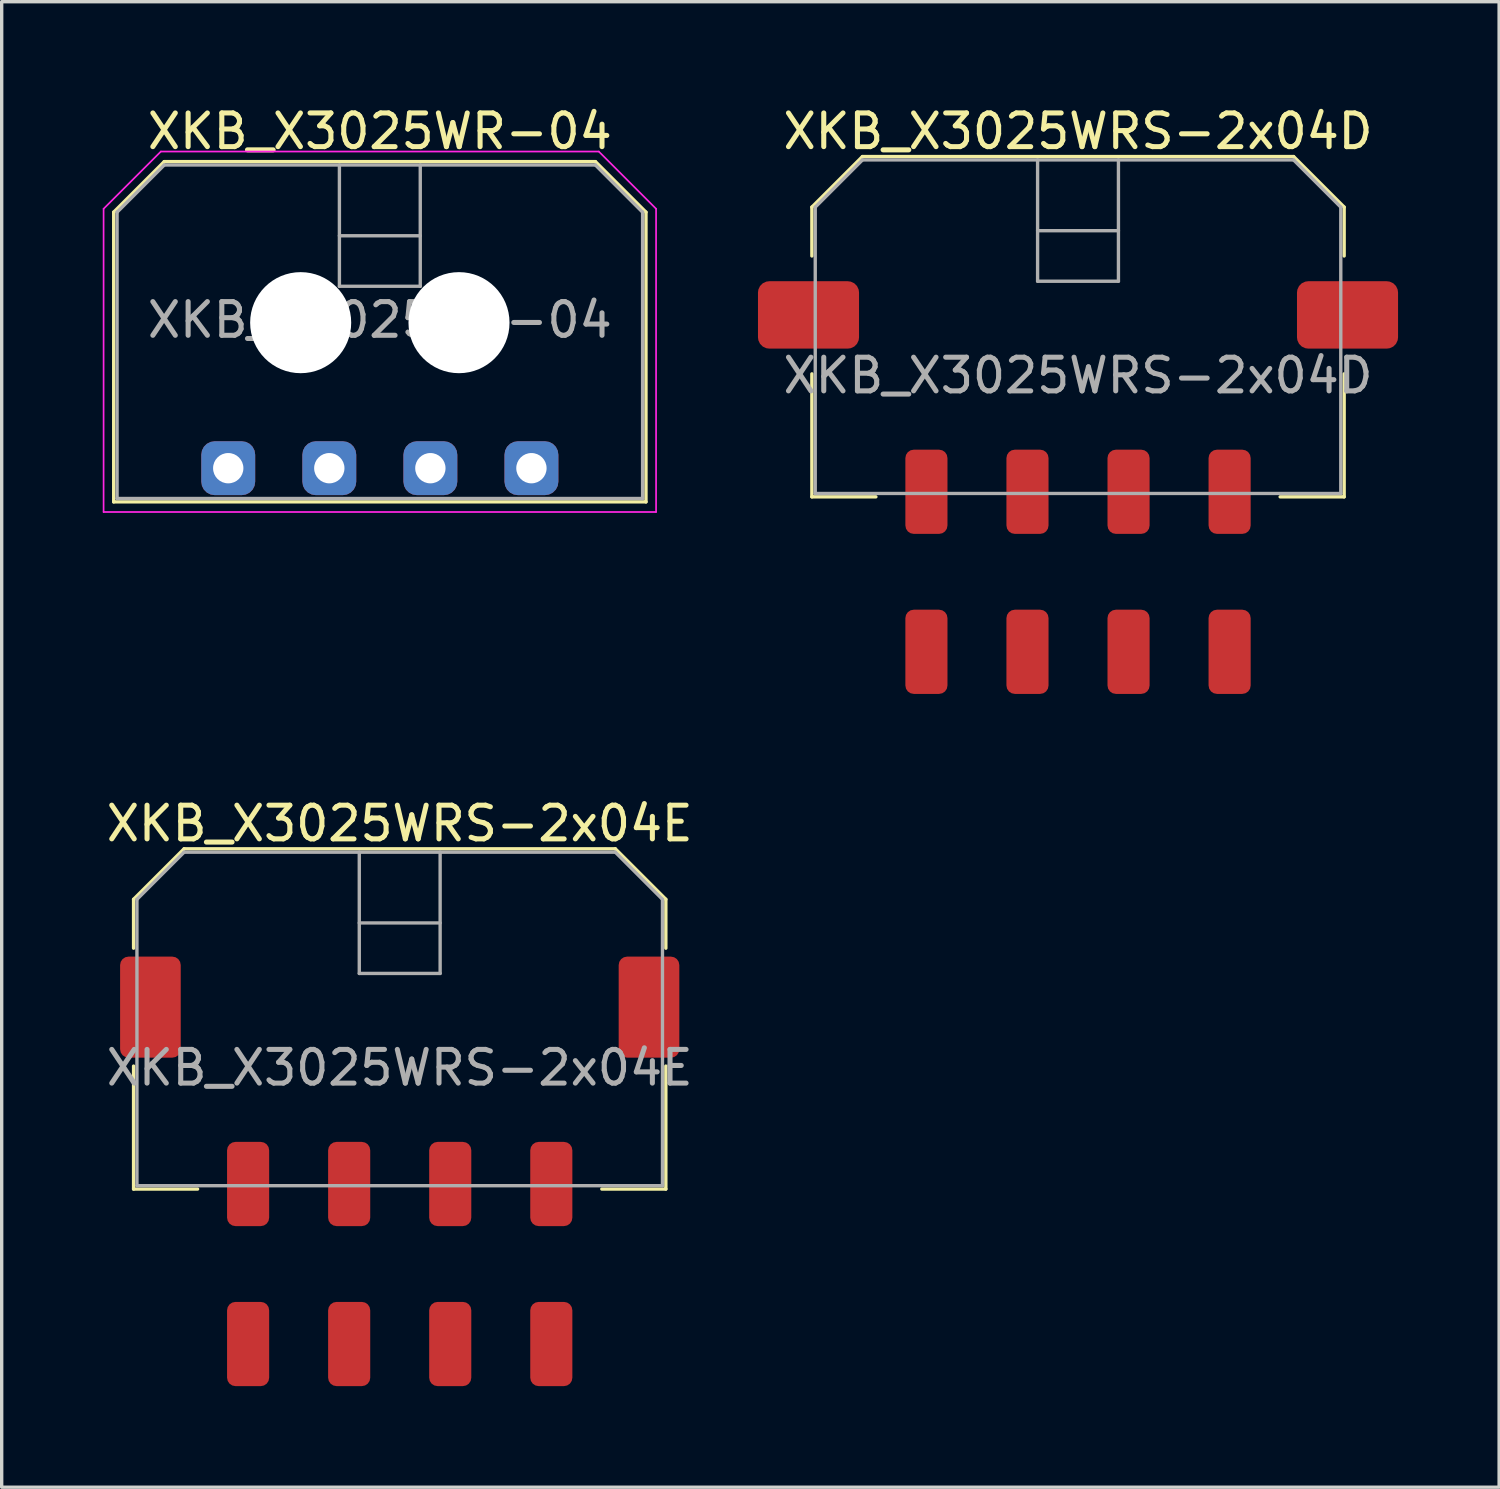
<source format=kicad_pcb>
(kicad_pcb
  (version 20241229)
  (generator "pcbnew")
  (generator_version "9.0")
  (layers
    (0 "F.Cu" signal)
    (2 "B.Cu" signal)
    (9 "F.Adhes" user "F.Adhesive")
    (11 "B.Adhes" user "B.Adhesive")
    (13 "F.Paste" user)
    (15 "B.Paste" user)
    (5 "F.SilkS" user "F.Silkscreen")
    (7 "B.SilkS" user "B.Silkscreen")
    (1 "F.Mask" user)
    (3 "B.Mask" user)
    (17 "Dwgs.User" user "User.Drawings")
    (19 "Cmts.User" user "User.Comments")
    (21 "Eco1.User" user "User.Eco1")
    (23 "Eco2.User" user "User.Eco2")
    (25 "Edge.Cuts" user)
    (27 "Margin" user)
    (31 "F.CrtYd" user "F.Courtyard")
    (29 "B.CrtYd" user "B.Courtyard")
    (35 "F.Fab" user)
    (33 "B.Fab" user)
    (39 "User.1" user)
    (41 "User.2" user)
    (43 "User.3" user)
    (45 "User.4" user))
  (footprint "XKB_X3025WR-04"
    (layer "F.Cu")
    (at 8.225 10.848)
    (property "Reference" "XKB_X3025WR-04" (at 0 -10 0) (layer "F.SilkS") (effects (font (size 1 1) (thickness 0.15))))
    (attr through_hole)
    (fp_line (start -7.9 -7.6) (end -6.4 -9.1) (stroke (width 0.1) (type default)) (layer "F.SilkS"))
    (fp_line (start -7.9 1) (end -7.9 -7.6) (stroke (width 0.1) (type default)) (layer "F.SilkS"))
    (fp_line (start -7.9 1) (end 7.9 1) (stroke (width 0.1) (type default)) (layer "F.SilkS"))
    (fp_line (start -6.4 -9.1) (end 6.4 -9.1) (stroke (width 0.1) (type default)) (layer "F.SilkS"))
    (fp_line (start 6.4 -9.1) (end 7.9 -7.6) (stroke (width 0.1) (type default)) (layer "F.SilkS"))
    (fp_line (start 7.9 -7.6) (end 7.9 1) (stroke (width 0.1) (type default)) (layer "F.SilkS"))
    (fp_line (start -8.2 -7.7) (end -6.5 -9.4) (stroke (width 0.05) (type default)) (layer "F.CrtYd"))
    (fp_line (start -8.2 1.3) (end -8.2 -7.7) (stroke (width 0.05) (type default)) (layer "F.CrtYd"))
    (fp_line (start -6.5 -9.4) (end 6.5 -9.4) (stroke (width 0.05) (type default)) (layer "F.CrtYd"))
    (fp_line (start 6.5 -9.4) (end 8.2 -7.7) (stroke (width 0.05) (type default)) (layer "F.CrtYd"))
    (fp_line (start 8.2 -7.7) (end 8.2 1.3) (stroke (width 0.05) (type default)) (layer "F.CrtYd"))
    (fp_line (start 8.2 1.3) (end -8.2 1.3) (stroke (width 0.05) (type default)) (layer "F.CrtYd"))
    (fp_line (start -7.8 -7.6) (end -7.8 0.9) (stroke (width 0.1) (type default)) (layer "F.Fab"))
    (fp_line (start -6.4 -9) (end -7.8 -7.6) (stroke (width 0.1) (type default)) (layer "F.Fab"))
    (fp_line (start -1.2 -9) (end -1.2 -5.4) (stroke (width 0.1) (type default)) (layer "F.Fab"))
    (fp_line (start -1.2 -5.4) (end 1.2 -5.4) (stroke (width 0.1) (type default)) (layer "F.Fab"))
    (fp_line (start 1.2 -6.9) (end -1.2 -6.9) (stroke (width 0.1) (type default)) (layer "F.Fab"))
    (fp_line (start 1.2 -5.4) (end 1.2 -9) (stroke (width 0.1) (type default)) (layer "F.Fab"))
    (fp_line (start 6.4 -9) (end -6.4 -9) (stroke (width 0.1) (type default)) (layer "F.Fab"))
    (fp_line (start 6.4 -9) (end 7.8 -7.6) (stroke (width 0.1) (type default)) (layer "F.Fab"))
    (fp_line (start 7.8 -7.6) (end 7.8 0.9) (stroke (width 0.1) (type default)) (layer "F.Fab"))
    (fp_line (start 7.8 0.9) (end -7.8 0.9) (stroke (width 0.1) (type default)) (layer "F.Fab"))
    (fp_text user "${REFERENCE}" (at 0 -4.4 180) (layer "F.Fab") (effects (font (size 1 1) (thickness 0.15))))
    (pad "" np_thru_hole circle (at -2.35 -4.32) (size 3 3) (drill 3) (layers "*.Cu" "*.Mask"))
    (pad "" np_thru_hole circle (at 2.35 -4.32) (size 3 3) (drill 3) (layers "*.Cu" "*.Mask"))
    (pad "1" thru_hole roundrect (at -4.5 0) (size 1.6 1.6) (drill 0.9) (layers "*.Cu" "*.Mask") (roundrect_rratio 0.25))
    (pad "2" thru_hole roundrect (at -1.5 0) (size 1.6 1.6) (drill 0.9) (layers "*.Cu" "*.Mask") (roundrect_rratio 0.25))
    (pad "3" thru_hole roundrect (at 1.5 0) (size 1.6 1.6) (drill 0.9) (layers "*.Cu" "*.Mask") (roundrect_rratio 0.25))
    (pad "4" thru_hole roundrect (at 4.5 0) (size 1.6 1.6) (drill 0.9) (layers "*.Cu" "*.Mask") (roundrect_rratio 0.25)))
  (footprint "XKB_X3025WRS-2x04D"
    (layer "F.Cu")
    (at 28.95 11.548)
    (property "Reference" "XKB_X3025WRS-2x04D" (at 0 -10.7 0) (layer "F.SilkS") (effects (font (size 1 1) (thickness 0.15))))
    (attr smd)
    (fp_line (start -7.9 -8.45) (end -7.9 -7) (stroke (width 0.1) (type default)) (layer "F.SilkS"))
    (fp_line (start -7.9 -8.45) (end -6.4 -9.95) (stroke (width 0.1) (type default)) (layer "F.SilkS"))
    (fp_line (start -7.9 -3.5) (end -7.9 0.15) (stroke (width 0.1) (type default)) (layer "F.SilkS"))
    (fp_line (start -7.9 0.15) (end -6 0.15) (stroke (width 0.1) (type default)) (layer "F.SilkS"))
    (fp_line (start -6.4 -9.95) (end 6.4 -9.95) (stroke (width 0.1) (type default)) (layer "F.SilkS"))
    (fp_line (start 6.4 -9.95) (end 7.9 -8.45) (stroke (width 0.1) (type default)) (layer "F.SilkS"))
    (fp_line (start 7.9 -8.45) (end 7.9 -7) (stroke (width 0.1) (type default)) (layer "F.SilkS"))
    (fp_line (start 7.9 -3.5) (end 7.9 0.15) (stroke (width 0.1) (type default)) (layer "F.SilkS"))
    (fp_line (start 7.9 0.15) (end 6 0.15) (stroke (width 0.1) (type default)) (layer "F.SilkS"))
    (fp_line (start -7.8 -8.45) (end -7.8 0.05) (stroke (width 0.1) (type default)) (layer "F.Fab"))
    (fp_line (start -6.4 -9.85) (end -7.8 -8.45) (stroke (width 0.1) (type default)) (layer "F.Fab"))
    (fp_line (start -1.2 -9.85) (end -1.2 -6.25) (stroke (width 0.1) (type default)) (layer "F.Fab"))
    (fp_line (start -1.2 -6.25) (end 1.2 -6.25) (stroke (width 0.1) (type default)) (layer "F.Fab"))
    (fp_line (start 1.2 -7.75) (end -1.2 -7.75) (stroke (width 0.1) (type default)) (layer "F.Fab"))
    (fp_line (start 1.2 -6.25) (end 1.2 -9.85) (stroke (width 0.1) (type default)) (layer "F.Fab"))
    (fp_line (start 6.4 -9.85) (end -6.4 -9.85) (stroke (width 0.1) (type default)) (layer "F.Fab"))
    (fp_line (start 6.4 -9.85) (end 7.8 -8.45) (stroke (width 0.1) (type default)) (layer "F.Fab"))
    (fp_line (start 7.8 -8.45) (end 7.8 0.05) (stroke (width 0.1) (type default)) (layer "F.Fab"))
    (fp_line (start 7.8 0.05) (end -7.8 0.05) (stroke (width 0.1) (type default)) (layer "F.Fab"))
    (fp_text user "${REFERENCE}" (at 0 -3.45 0) (layer "F.Fab") (effects (font (size 1 1) (thickness 0.15))))
    (pad "1" smd roundrect (at -4.5 0 180) (size 1.25 2.5) (layers "F.Cu" "F.Mask" "F.Paste") (roundrect_rratio 0.2))
    (pad "2" smd roundrect (at -1.5 0 180) (size 1.25 2.5) (layers "F.Cu" "F.Mask" "F.Paste") (roundrect_rratio 0.2))
    (pad "3" smd roundrect (at 1.5 0 180) (size 1.25 2.5) (layers "F.Cu" "F.Mask" "F.Paste") (roundrect_rratio 0.2))
    (pad "4" smd roundrect (at 4.5 0 180) (size 1.25 2.5) (layers "F.Cu" "F.Mask" "F.Paste") (roundrect_rratio 0.2))
    (pad "5" smd roundrect (at -4.5 4.75 180) (size 1.25 2.5) (layers "F.Cu" "F.Mask" "F.Paste") (roundrect_rratio 0.2))
    (pad "6" smd roundrect (at -1.5 4.75 180) (size 1.25 2.5) (layers "F.Cu" "F.Mask" "F.Paste") (roundrect_rratio 0.2))
    (pad "7" smd roundrect (at 1.5 4.75 180) (size 1.25 2.5) (layers "F.Cu" "F.Mask" "F.Paste") (roundrect_rratio 0.2))
    (pad "8" smd roundrect (at 4.5 4.75 180) (size 1.25 2.5) (layers "F.Cu" "F.Mask" "F.Paste") (roundrect_rratio 0.2))
    (pad "9" smd roundrect (at 8 -5.25 180) (size 3 2) (layers "F.Cu" "F.Mask" "F.Paste") (roundrect_rratio 0.167))
    (pad "10" smd roundrect (at -8 -5.25 180) (size 3 2) (layers "F.Cu" "F.Mask" "F.Paste") (roundrect_rratio 0.167)))
  (footprint "XKB_X3025WRS-2x04E"
    (layer "F.Cu")
    (at 8.815 32.096)
    (property "Reference" "XKB_X3025WRS-2x04E" (at 0 -10.7 0) (layer "F.SilkS") (effects (font (size 1 1) (thickness 0.15))))
    (attr smd)
    (fp_line (start -7.9 -8.45) (end -7.9 -7) (stroke (width 0.1) (type default)) (layer "F.SilkS"))
    (fp_line (start -7.9 -8.45) (end -6.4 -9.95) (stroke (width 0.1) (type default)) (layer "F.SilkS"))
    (fp_line (start -7.9 -3.5) (end -7.9 0.15) (stroke (width 0.1) (type default)) (layer "F.SilkS"))
    (fp_line (start -7.9 0.15) (end -6 0.15) (stroke (width 0.1) (type default)) (layer "F.SilkS"))
    (fp_line (start -6.4 -9.95) (end 6.4 -9.95) (stroke (width 0.1) (type default)) (layer "F.SilkS"))
    (fp_line (start 6.4 -9.95) (end 7.9 -8.45) (stroke (width 0.1) (type default)) (layer "F.SilkS"))
    (fp_line (start 7.9 -8.45) (end 7.9 -7) (stroke (width 0.1) (type default)) (layer "F.SilkS"))
    (fp_line (start 7.9 -3.5) (end 7.9 0.15) (stroke (width 0.1) (type default)) (layer "F.SilkS"))
    (fp_line (start 7.9 0.15) (end 6 0.15) (stroke (width 0.1) (type default)) (layer "F.SilkS"))
    (fp_line (start -7.8 -8.45) (end -7.8 0.05) (stroke (width 0.1) (type default)) (layer "F.Fab"))
    (fp_line (start -6.4 -9.85) (end -7.8 -8.45) (stroke (width 0.1) (type default)) (layer "F.Fab"))
    (fp_line (start -1.2 -9.85) (end -1.2 -6.25) (stroke (width 0.1) (type default)) (layer "F.Fab"))
    (fp_line (start -1.2 -6.25) (end 1.2 -6.25) (stroke (width 0.1) (type default)) (layer "F.Fab"))
    (fp_line (start 1.2 -7.75) (end -1.2 -7.75) (stroke (width 0.1) (type default)) (layer "F.Fab"))
    (fp_line (start 1.2 -6.25) (end 1.2 -9.85) (stroke (width 0.1) (type default)) (layer "F.Fab"))
    (fp_line (start 6.4 -9.85) (end -6.4 -9.85) (stroke (width 0.1) (type default)) (layer "F.Fab"))
    (fp_line (start 6.4 -9.85) (end 7.8 -8.45) (stroke (width 0.1) (type default)) (layer "F.Fab"))
    (fp_line (start 7.8 -8.45) (end 7.8 0.05) (stroke (width 0.1) (type default)) (layer "F.Fab"))
    (fp_line (start 7.8 0.05) (end -7.8 0.05) (stroke (width 0.1) (type default)) (layer "F.Fab"))
    (fp_text user "${REFERENCE}" (at 0 -3.45 0) (layer "F.Fab") (effects (font (size 1 1) (thickness 0.15))))
    (pad "1" smd roundrect (at -4.5 0 180) (size 1.25 2.5) (layers "F.Cu" "F.Mask" "F.Paste") (roundrect_rratio 0.2))
    (pad "2" smd roundrect (at -1.5 0 180) (size 1.25 2.5) (layers "F.Cu" "F.Mask" "F.Paste") (roundrect_rratio 0.2))
    (pad "3" smd roundrect (at 1.5 0 180) (size 1.25 2.5) (layers "F.Cu" "F.Mask" "F.Paste") (roundrect_rratio 0.2))
    (pad "4" smd roundrect (at 4.5 0 180) (size 1.25 2.5) (layers "F.Cu" "F.Mask" "F.Paste") (roundrect_rratio 0.2))
    (pad "5" smd roundrect (at -4.5 4.75 180) (size 1.25 2.5) (layers "F.Cu" "F.Mask" "F.Paste") (roundrect_rratio 0.2))
    (pad "6" smd roundrect (at -1.5 4.75 180) (size 1.25 2.5) (layers "F.Cu" "F.Mask" "F.Paste") (roundrect_rratio 0.2))
    (pad "7" smd roundrect (at 1.5 4.75 180) (size 1.25 2.5) (layers "F.Cu" "F.Mask" "F.Paste") (roundrect_rratio 0.2))
    (pad "8" smd roundrect (at 4.5 4.75 180) (size 1.25 2.5) (layers "F.Cu" "F.Mask" "F.Paste") (roundrect_rratio 0.2))
    (pad "9" smd roundrect (at 7.4 -5.25 180) (size 1.8 3) (layers "F.Cu" "F.Mask" "F.Paste") (roundrect_rratio 0.139))
    (pad "10" smd roundrect (at -7.4 -5.25 180) (size 1.8 3) (layers "F.Cu" "F.Mask" "F.Paste") (roundrect_rratio 0.139)))
  (gr_rect
    (start -3 -3)
    (end 41.45 41.096)
    (stroke (width 0.1) (type default))
    (fill no)
    (layer "Edge.Cuts")))
</source>
